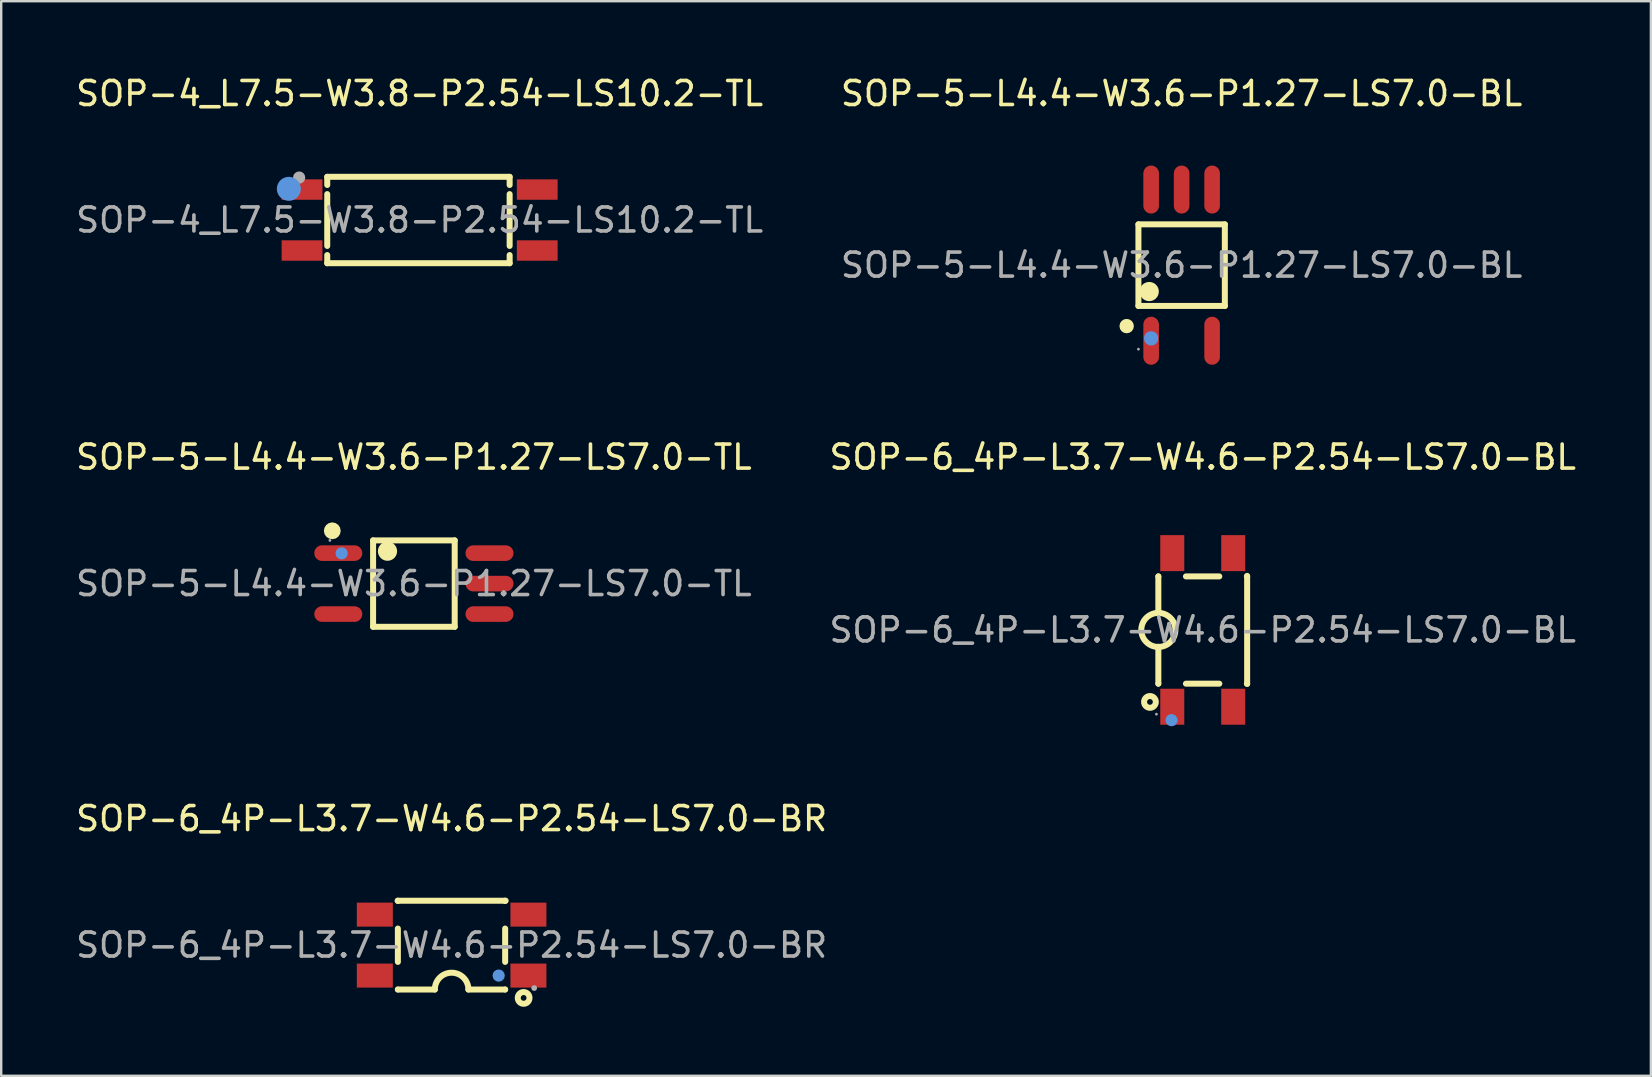
<source format=kicad_pcb>
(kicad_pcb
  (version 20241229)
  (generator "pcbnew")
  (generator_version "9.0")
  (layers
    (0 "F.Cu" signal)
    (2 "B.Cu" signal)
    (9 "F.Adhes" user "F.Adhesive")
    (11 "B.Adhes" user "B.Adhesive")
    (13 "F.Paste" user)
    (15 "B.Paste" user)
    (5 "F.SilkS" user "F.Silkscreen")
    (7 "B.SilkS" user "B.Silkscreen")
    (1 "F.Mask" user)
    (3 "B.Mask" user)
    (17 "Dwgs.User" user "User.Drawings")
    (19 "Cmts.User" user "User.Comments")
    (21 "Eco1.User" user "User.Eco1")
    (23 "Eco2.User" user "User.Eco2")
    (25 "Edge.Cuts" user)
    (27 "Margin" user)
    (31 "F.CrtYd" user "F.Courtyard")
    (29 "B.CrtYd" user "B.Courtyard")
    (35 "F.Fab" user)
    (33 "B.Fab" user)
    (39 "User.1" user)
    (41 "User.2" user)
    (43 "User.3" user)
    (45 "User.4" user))
  (footprint "SOP-5-L4.4-W3.6-P1.27-LS7.0-TL"
    (layer "F.Cu")
    (at 14.196 21.267)
    (property "Reference" "SOP-5-L4.4-W3.6-P1.27-LS7.0-TL" (at 0 -5.27 0) (layer "F.SilkS") (effects (font (size 1 1) (thickness 0.15))))
    (attr through_hole)
    (fp_line (start -1.7 -1.8) (end -1.7 1.8) (stroke (width 0.25) (type solid)) (layer "F.SilkS"))
    (fp_line (start -1.7 1.8) (end 1.7 1.8) (stroke (width 0.25) (type solid)) (layer "F.SilkS"))
    (fp_line (start 1.7 -1.8) (end -1.7 -1.8) (stroke (width 0.25) (type solid)) (layer "F.SilkS"))
    (fp_line (start 1.7 1.8) (end 1.7 -1.8) (stroke (width 0.25) (type solid)) (layer "F.SilkS"))
    (fp_arc (start -3.4 -2.35) (mid -3.395001 -2.050083) (end -3.409993 -2.349667) (stroke (width 0.4) (type solid)) (layer "F.SilkS"))
    (fp_arc (start -1.1 -1.35) (mid -1.1 -1.35) (end -1.1 -1.35) (stroke (width 0.4) (type solid)) (layer "F.SilkS"))
    (fp_circle (center -3.01 -1.26) (end -2.88 -1.26) (stroke (width 0.25) (type solid)) (fill no) (layer "Cmts.User"))
    (fp_circle (center -3.5 -1.8) (end -3.47 -1.8) (stroke (width 0.06) (type solid)) (fill no) (layer "F.Fab"))
    (fp_text user "${REFERENCE}" (at 0 0 0) (layer "F.Fab") (effects (font (size 1 1) (thickness 0.15))))
    (pad "1" smd oval (at -3.15 -1.27 90) (size 0.65 2) (layers "F.Cu" "F.Mask" "F.Paste"))
    (pad "2" smd oval (at -3.15 1.27 90) (size 0.65 2) (layers "F.Cu" "F.Mask" "F.Paste"))
    (pad "3" smd oval (at 3.15 1.27 90) (size 0.65 2) (layers "F.Cu" "F.Mask" "F.Paste"))
    (pad "4" smd oval (at 3.15 0 90) (size 0.65 2) (layers "F.Cu" "F.Mask" "F.Paste"))
    (pad "5" smd oval (at 3.15 -1.27 90) (size 0.65 2) (layers "F.Cu" "F.Mask" "F.Paste")))
  (footprint "SOP-5-L4.4-W3.6-P1.27-LS7.0-BL"
    (layer "F.Cu")
    (at 46.185 7.998)
    (property "Reference" "SOP-5-L4.4-W3.6-P1.27-LS7.0-BL" (at 0 -7.15 0) (layer "F.SilkS") (effects (font (size 1 1) (thickness 0.15))))
    (attr through_hole)
    (fp_line (start -1.8 -1.7) (end -1.8 1.7) (stroke (width 0.25) (type solid)) (layer "F.SilkS"))
    (fp_line (start -1.8 1.7) (end 1.8 1.7) (stroke (width 0.25) (type solid)) (layer "F.SilkS"))
    (fp_line (start 1.8 -1.7) (end -1.8 -1.7) (stroke (width 0.25) (type solid)) (layer "F.SilkS"))
    (fp_line (start 1.8 1.7) (end 1.8 -1.7) (stroke (width 0.25) (type solid)) (layer "F.SilkS"))
    (fp_arc (start -2.29 2.54) (mid -2.29 2.54) (end -2.29 2.54) (stroke (width 0.3) (type solid)) (layer "F.SilkS"))
    (fp_arc (start -1.35 1.1) (mid -1.35 1.1) (end -1.35 1.1) (stroke (width 0.4) (type solid)) (layer "F.SilkS"))
    (fp_circle (center -1.27 3.05) (end -1.12 3.05) (stroke (width 0.3) (type solid)) (fill no) (layer "Cmts.User"))
    (fp_circle (center -1.8 3.5) (end -1.77 3.5) (stroke (width 0.06) (type solid)) (fill no) (layer "F.Fab"))
    (fp_text user "${REFERENCE}" (at 0 0 0) (layer "F.Fab") (effects (font (size 1 1) (thickness 0.15))))
    (pad "1" smd oval (at -1.27 3.15 180) (size 0.65 2) (layers "F.Cu" "F.Mask" "F.Paste"))
    (pad "2" smd oval (at 1.27 3.15 180) (size 0.65 2) (layers "F.Cu" "F.Mask" "F.Paste"))
    (pad "3" smd oval (at 1.27 -3.15 180) (size 0.65 2) (layers "F.Cu" "F.Mask" "F.Paste"))
    (pad "4" smd oval (at 0 -3.15 180) (size 0.65 2) (layers "F.Cu" "F.Mask" "F.Paste"))
    (pad "5" smd oval (at -1.27 -3.15 180) (size 0.65 2) (layers "F.Cu" "F.Mask" "F.Paste")))
  (footprint "SOP-6_4P-L3.7-W4.6-P2.54-LS7.0-BL"
    (layer "F.Cu")
    (at 47.065 23.197)
    (property "Reference" "SOP-6_4P-L3.7-W4.6-P2.54-LS7.0-BL" (at 0 -7.2 0) (layer "F.SilkS") (effects (font (size 1 1) (thickness 0.15))))
    (attr through_hole)
    (fp_line (start -1.85 -2.23) (end -1.85 -2.23) (stroke (width 0.25) (type solid)) (layer "F.SilkS"))
    (fp_line (start -1.85 -2.23) (end -1.85 -0.7) (stroke (width 0.25) (type solid)) (layer "F.SilkS"))
    (fp_line (start -1.85 2.24) (end -1.85 0.7) (stroke (width 0.25) (type solid)) (layer "F.SilkS"))
    (fp_line (start -1.85 2.24) (end -1.85 2.24) (stroke (width 0.25) (type solid)) (layer "F.SilkS"))
    (fp_line (start -0.7 -2.23) (end 0.69 -2.23) (stroke (width 0.25) (type solid)) (layer "F.SilkS"))
    (fp_line (start -0.7 2.24) (end 0.69 2.24) (stroke (width 0.25) (type solid)) (layer "F.SilkS"))
    (fp_line (start 1.84 -2.23) (end 1.85 -2.23) (stroke (width 0.25) (type solid)) (layer "F.SilkS"))
    (fp_line (start 1.84 2.24) (end 1.85 2.24) (stroke (width 0.25) (type solid)) (layer "F.SilkS"))
    (fp_line (start 1.85 -2.25) (end 1.85 2.25) (stroke (width 0.25) (type solid)) (layer "F.SilkS"))
    (fp_arc (start -1.862391 0.709892) (mid -1.843804 -0.709973) (end -1.85 0.71) (stroke (width 0.25) (type solid)) (layer "F.SilkS"))
    (fp_circle (center -2.2 3) (end -2.08 3) (stroke (width 0.25) (type solid)) (fill no) (layer "F.SilkS"))
    (fp_circle (center -1.3 3.76) (end -1.17 3.76) (stroke (width 0.25) (type solid)) (fill no) (layer "Cmts.User"))
    (fp_circle (center -1.93 3.51) (end -1.9 3.51) (stroke (width 0.06) (type solid)) (fill no) (layer "F.Fab"))
    (fp_text user "${REFERENCE}" (at 0 0 0) (layer "F.Fab") (effects (font (size 1 1) (thickness 0.15))))
    (pad "1" smd rect (at -1.27 3.2 90) (size 1.5 1) (layers "F.Cu" "F.Mask" "F.Paste"))
    (pad "3" smd rect (at 1.27 3.2 90) (size 1.5 1) (layers "F.Cu" "F.Mask" "F.Paste"))
    (pad "4" smd rect (at 1.27 -3.2 90) (size 1.5 1) (layers "F.Cu" "F.Mask" "F.Paste"))
    (pad "6" smd rect (at -1.27 -3.2 90) (size 1.5 1) (layers "F.Cu" "F.Mask" "F.Paste")))
  (footprint "SOP-4_L7.5-W3.8-P2.54-LS10.2-TL"
    (layer "F.Cu")
    (at 14.435 6.118)
    (property "Reference" "SOP-4_L7.5-W3.8-P2.54-LS10.2-TL" (at 0 -5.27 0) (layer "F.SilkS") (effects (font (size 1 1) (thickness 0.15))))
    (attr through_hole)
    (fp_line (start -3.85 -1.8) (end 3.75 -1.8) (stroke (width 0.25) (type solid)) (layer "F.SilkS"))
    (fp_line (start -3.85 -1.46) (end -3.85 -1.8) (stroke (width 0.25) (type solid)) (layer "F.SilkS"))
    (fp_line (start -3.85 1.08) (end -3.85 -1.08) (stroke (width 0.25) (type solid)) (layer "F.SilkS"))
    (fp_line (start -3.85 1.8) (end -3.85 1.46) (stroke (width 0.25) (type solid)) (layer "F.SilkS"))
    (fp_line (start 3.75 -1.8) (end 3.75 -1.46) (stroke (width 0.25) (type solid)) (layer "F.SilkS"))
    (fp_line (start 3.75 -1.08) (end 3.75 1.08) (stroke (width 0.25) (type solid)) (layer "F.SilkS"))
    (fp_line (start 3.75 1.46) (end 3.75 1.8) (stroke (width 0.25) (type solid)) (layer "F.SilkS"))
    (fp_line (start 3.75 1.8) (end -3.85 1.8) (stroke (width 0.25) (type solid)) (layer "F.SilkS"))
    (fp_circle (center -5.45 -1.3) (end -5.2 -1.3) (stroke (width 0.5) (type solid)) (fill no) (layer "Cmts.User"))
    (fp_circle (center -5.02 -1.77) (end -4.89 -1.77) (stroke (width 0.25) (type solid)) (fill no) (layer "F.Fab"))
    (fp_text user "${REFERENCE}" (at 0 0 0) (layer "F.Fab") (effects (font (size 1 1) (thickness 0.15))))
    (pad "1" smd rect (at -4.9 -1.27) (size 1.7 0.85) (layers "F.Cu" "F.Mask" "F.Paste"))
    (pad "2" smd rect (at -4.9 1.27) (size 1.7 0.85) (layers "F.Cu" "F.Mask" "F.Paste"))
    (pad "3" smd rect (at 4.9 1.27) (size 1.7 0.85) (layers "F.Cu" "F.Mask" "F.Paste"))
    (pad "4" smd rect (at 4.9 -1.27) (size 1.7 0.85) (layers "F.Cu" "F.Mask" "F.Paste")))
  (footprint "SOP-6_4P-L3.7-W4.6-P2.54-LS7.0-BR"
    (layer "F.Cu")
    (at 15.768 36.33)
    (property "Reference" "SOP-6_4P-L3.7-W4.6-P2.54-LS7.0-BR" (at 0 -5.27 0) (layer "F.SilkS") (effects (font (size 1 1) (thickness 0.15))))
    (attr through_hole)
    (fp_line (start -2.25 -1.85) (end 2.25 -1.85) (stroke (width 0.25) (type solid)) (layer "F.SilkS"))
    (fp_line (start -2.24 -1.84) (end -2.24 -1.85) (stroke (width 0.25) (type solid)) (layer "F.SilkS"))
    (fp_line (start -2.24 0.7) (end -2.24 -0.69) (stroke (width 0.25) (type solid)) (layer "F.SilkS"))
    (fp_line (start -2.24 1.85) (end -2.24 1.85) (stroke (width 0.25) (type solid)) (layer "F.SilkS"))
    (fp_line (start -2.24 1.85) (end -0.7 1.85) (stroke (width 0.25) (type solid)) (layer "F.SilkS"))
    (fp_line (start 2.23 -1.84) (end 2.23 -1.85) (stroke (width 0.25) (type solid)) (layer "F.SilkS"))
    (fp_line (start 2.23 0.7) (end 2.23 -0.69) (stroke (width 0.25) (type solid)) (layer "F.SilkS"))
    (fp_line (start 2.23 1.85) (end 0.7 1.85) (stroke (width 0.25) (type solid)) (layer "F.SilkS"))
    (fp_line (start 2.23 1.85) (end 2.23 1.85) (stroke (width 0.25) (type solid)) (layer "F.SilkS"))
    (fp_arc (start -0.7 1.85) (mid 0 1.15) (end 0.7 1.85) (stroke (width 0.25) (type solid)) (layer "F.SilkS"))
    (fp_circle (center 3 2.2) (end 3.12 2.2) (stroke (width 0.25) (type solid)) (fill no) (layer "F.SilkS"))
    (fp_circle (center 1.96 1.27) (end 2.09 1.27) (stroke (width 0.25) (type solid)) (fill no) (layer "Cmts.User"))
    (fp_circle (center 3.44 1.79) (end 3.5 1.79) (stroke (width 0.12) (type solid)) (fill no) (layer "F.Fab"))
    (fp_text user "${REFERENCE}" (at 0 0 0) (layer "F.Fab") (effects (font (size 1 1) (thickness 0.15))))
    (pad "1" smd rect (at 3.2 1.27 180) (size 1.5 1) (layers "F.Cu" "F.Mask" "F.Paste"))
    (pad "3" smd rect (at 3.2 -1.27 180) (size 1.5 1) (layers "F.Cu" "F.Mask" "F.Paste"))
    (pad "4" smd rect (at -3.2 -1.27 180) (size 1.5 1) (layers "F.Cu" "F.Mask" "F.Paste"))
    (pad "6" smd rect (at -3.2 1.27 180) (size 1.5 1) (layers "F.Cu" "F.Mask" "F.Paste")))
  (gr_rect
    (start -3 -3)
    (end 65.738 41.775)
    (stroke (width 0.1) (type default))
    (fill no)
    (layer "Edge.Cuts")))
</source>
